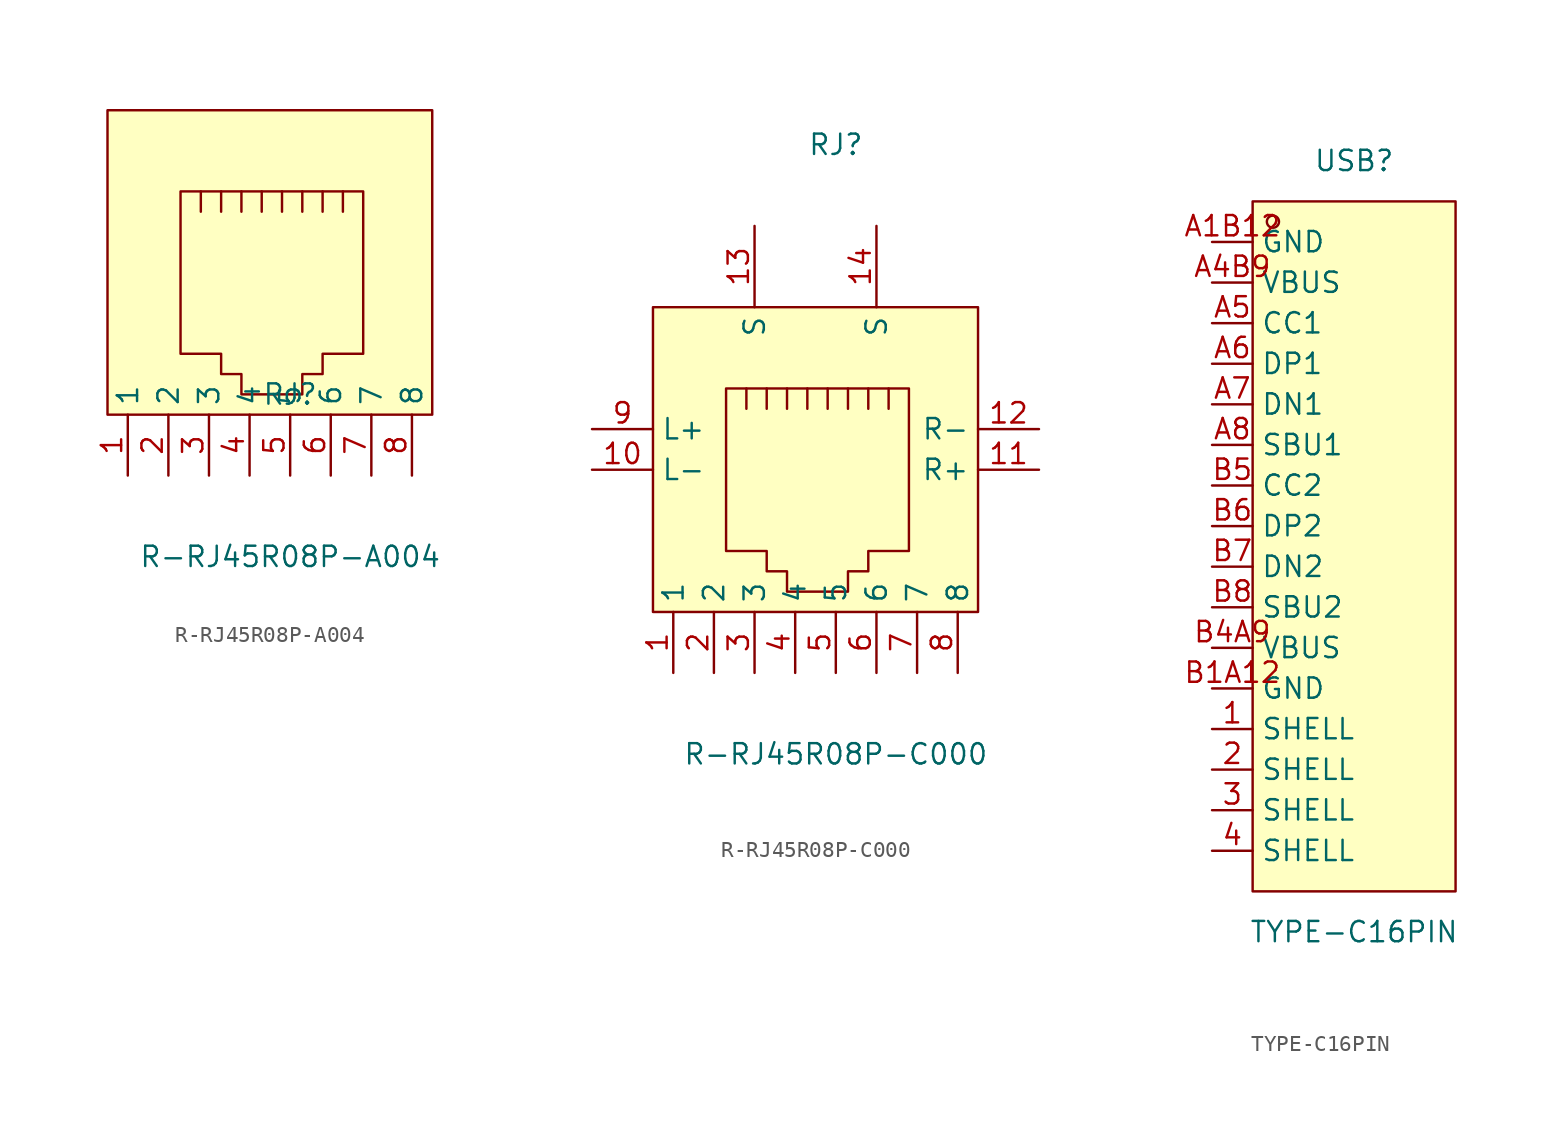
<source format=kicad_sym>
(kicad_symbol_lib
  (version 20231120)
  (generator "kicad_symbol_editor")
  (generator_version "8.0")
  (symbol "R-RJ45R08P-A004"
    (property "Reference" "RJ"
      (at 0 -7.62 0)
      (effects (font (size 1.27 1.27))))
    (property "Value" "R-RJ45R08P-A004"
      (at 0 -17.78 0)
      (effects (font (size 1.27 1.27))))
    (symbol "R-RJ45R08P-A004_0_1"
      (rectangle (start -11.43 10.16) (end 8.89 -8.89) (stroke (width 0) (type default)) (fill (type background)))
      (polyline (pts (xy -5.59 3.81) (xy -5.59 5.08) (xy -5.59 5.08)) (stroke (width 0) (type default)) (fill (type none)))
      (polyline (pts (xy -4.32 5.08) (xy -4.32 3.81) (xy -4.32 3.81)) (stroke (width 0) (type default)) (fill (type none)))
      (polyline (pts (xy -3.05 5.08) (xy -3.05 3.81) (xy -3.05 3.81)) (stroke (width 0) (type default)) (fill (type none)))
      (polyline (pts (xy -1.78 5.08) (xy -1.78 3.81) (xy -1.78 3.81)) (stroke (width 0) (type default)) (fill (type none)))
      (polyline (pts (xy -0.51 5.08) (xy -0.51 3.81) (xy -0.51 3.81)) (stroke (width 0) (type default)) (fill (type none)))
      (polyline (pts (xy 0.76 5.08) (xy 0.76 3.81) (xy 0.76 3.81)) (stroke (width 0) (type default)) (fill (type none)))
      (polyline (pts (xy 2.03 3.81) (xy 2.03 5.08) (xy 2.03 5.08)) (stroke (width 0) (type default)) (fill (type none)))
      (polyline (pts (xy 3.3 3.81) (xy 3.3 5.08) (xy 3.3 5.08)) (stroke (width 0) (type default)) (fill (type none)))
      (polyline (pts (xy -6.86 5.08) (xy 4.57 5.08) (xy 4.57 -5.08) (xy 2.03 -5.08) (xy 2.03 -6.35) (xy 0.76 -6.35) (xy 0.76 -7.62) (xy -3.05 -7.62) (xy -3.05 -6.35) (xy -4.32 -6.35) (xy -4.32 -5.08) (xy -6.86 -5.08) (xy -6.86 5.08) (xy -6.86 5.08)) (stroke (width 0) (type default)) (fill (type background)))
      (pin unspecified line (at -10.16 -12.7 90) (length 3.81) (name "1" (effects (font (size 1.27 1.27)))) (number "1" (effects (font (size 1.27 1.27)))))
      (pin unspecified line (at -7.62 -12.7 90) (length 3.81) (name "2" (effects (font (size 1.27 1.27)))) (number "2" (effects (font (size 1.27 1.27)))))
      (pin unspecified line (at -5.08 -12.7 90) (length 3.81) (name "3" (effects (font (size 1.27 1.27)))) (number "3" (effects (font (size 1.27 1.27)))))
      (pin unspecified line (at -2.54 -12.7 90) (length 3.81) (name "4" (effects (font (size 1.27 1.27)))) (number "4" (effects (font (size 1.27 1.27)))))
      (pin unspecified line (at 0 -12.7 90) (length 3.81) (name "5" (effects (font (size 1.27 1.27)))) (number "5" (effects (font (size 1.27 1.27)))))
      (pin unspecified line (at 2.54 -12.7 90) (length 3.81) (name "6" (effects (font (size 1.27 1.27)))) (number "6" (effects (font (size 1.27 1.27)))))
      (pin unspecified line (at 5.08 -12.7 90) (length 3.81) (name "7" (effects (font (size 1.27 1.27)))) (number "7" (effects (font (size 1.27 1.27)))))
      (pin unspecified line (at 7.62 -12.7 90) (length 3.81) (name "8" (effects (font (size 1.27 1.27)))) (number "8" (effects (font (size 1.27 1.27)))))))
  (symbol "R-RJ45R08P-C000"
    (property "Reference" "RJ"
      (at 0 20.32 0)
      (effects (font (size 1.27 1.27))))
    (property "Value" "R-RJ45R08P-C000"
      (at 0 -17.78 0)
      (effects (font (size 1.27 1.27))))
    (symbol "R-RJ45R08P-C000_0_1"
      (rectangle (start -11.43 10.16) (end 8.89 -8.89) (stroke (width 0) (type default) (color 0 0 0 0)) (fill (type background)))
      (polyline (pts (xy -5.59 3.81) (xy -5.59 5.08) (xy -5.59 5.08)) (stroke (width 0) (type default) (color 0 0 0 0)) (fill (type none)))
      (polyline (pts (xy -4.32 5.08) (xy -4.32 3.81) (xy -4.32 3.81)) (stroke (width 0) (type default) (color 0 0 0 0)) (fill (type none)))
      (polyline (pts (xy -3.05 5.08) (xy -3.05 3.81) (xy -3.05 3.81)) (stroke (width 0) (type default) (color 0 0 0 0)) (fill (type none)))
      (polyline (pts (xy -1.78 5.08) (xy -1.78 3.81) (xy -1.78 3.81)) (stroke (width 0) (type default) (color 0 0 0 0)) (fill (type none)))
      (polyline (pts (xy -0.51 5.08) (xy -0.51 3.81) (xy -0.51 3.81)) (stroke (width 0) (type default) (color 0 0 0 0)) (fill (type none)))
      (polyline (pts (xy 0.76 5.08) (xy 0.76 3.81) (xy 0.76 3.81)) (stroke (width 0) (type default) (color 0 0 0 0)) (fill (type none)))
      (polyline (pts (xy 2.03 3.81) (xy 2.03 5.08) (xy 2.03 5.08)) (stroke (width 0) (type default) (color 0 0 0 0)) (fill (type none)))
      (polyline (pts (xy 3.30 3.81) (xy 3.30 5.08) (xy 3.30 5.08)) (stroke (width 0) (type default) (color 0 0 0 0)) (fill (type none)))
      (polyline (pts (xy -6.86 5.08) (xy 4.57 5.08) (xy 4.57 -5.08) (xy 2.03 -5.08) (xy 2.03 -6.35) (xy 0.76 -6.35) (xy 0.76 -7.62) (xy -3.05 -7.62) (xy -3.05 -6.35) (xy -4.32 -6.35) (xy -4.32 -5.08) (xy -6.86 -5.08) (xy -6.86 5.08) (xy -6.86 5.08)) (stroke (width 0) (type default) (color 0 0 0 0)) (fill (type background)))
      (pin unspecified line (at -10.16 -12.70 90) (length 3.81) (name "1" (effects (font (size 1.27 1.27)))) (number "1" (effects (font (size 1.27 1.27)))))
      (pin unspecified line (at -7.62 -12.70 90) (length 3.81) (name "2" (effects (font (size 1.27 1.27)))) (number "2" (effects (font (size 1.27 1.27)))))
      (pin unspecified line (at -5.08 -12.70 90) (length 3.81) (name "3" (effects (font (size 1.27 1.27)))) (number "3" (effects (font (size 1.27 1.27)))))
      (pin unspecified line (at -2.54 -12.70 90) (length 3.81) (name "4" (effects (font (size 1.27 1.27)))) (number "4" (effects (font (size 1.27 1.27)))))
      (pin unspecified line (at 0.00 -12.70 90) (length 3.81) (name "5" (effects (font (size 1.27 1.27)))) (number "5" (effects (font (size 1.27 1.27)))))
      (pin unspecified line (at 2.54 -12.70 90) (length 3.81) (name "6" (effects (font (size 1.27 1.27)))) (number "6" (effects (font (size 1.27 1.27)))))
      (pin unspecified line (at 5.08 -12.70 90) (length 3.81) (name "7" (effects (font (size 1.27 1.27)))) (number "7" (effects (font (size 1.27 1.27)))))
      (pin unspecified line (at 7.62 -12.70 90) (length 3.81) (name "8" (effects (font (size 1.27 1.27)))) (number "8" (effects (font (size 1.27 1.27)))))
      (pin unspecified line (at -15.24 2.54 0) (length 3.81) (name "L+" (effects (font (size 1.27 1.27)))) (number "9" (effects (font (size 1.27 1.27)))))
      (pin unspecified line (at -15.24 -0.00 0) (length 3.81) (name "L-" (effects (font (size 1.27 1.27)))) (number "10" (effects (font (size 1.27 1.27)))))
      (pin unspecified line (at 12.70 -0.00 180) (length 3.81) (name "R+" (effects (font (size 1.27 1.27)))) (number "11" (effects (font (size 1.27 1.27)))))
      (pin unspecified line (at 12.70 2.54 180) (length 3.81) (name "R-" (effects (font (size 1.27 1.27)))) (number "12" (effects (font (size 1.27 1.27)))))
      (pin unspecified line (at -5.08 15.24 270) (length 5.08) (name "S" (effects (font (size 1.27 1.27)))) (number "13" (effects (font (size 1.27 1.27)))))
      (pin unspecified line (at 2.54 15.24 270) (length 5.08) (name "S" (effects (font (size 1.27 1.27)))) (number "14" (effects (font (size 1.27 1.27)))))))
  (symbol "TYPE-C16PIN"
    (property "Reference" "USB"
      (at 0 24.13 0)
      (effects (font (size 1.27 1.27))))
    (property "Value" "TYPE-C16PIN"
      (at 0 -24.13 0)
      (effects (font (size 1.27 1.27))))
    (symbol "TYPE-C16PIN_0_1"
      (rectangle (start -6.35 21.59) (end 6.35 -21.59) (stroke (width 0) (type default)) (fill (type background)))
      (circle (center -5.08 20.32) (radius 0.38) (stroke (width 0) (type default)) (fill (type none)))
      (pin unspecified line (at -8.89 -11.43 0) (length 2.54) (name "SHELL" (effects (font (size 1.27 1.27)))) (number "1" (effects (font (size 1.27 1.27)))))
      (pin unspecified line (at -8.89 -13.97 0) (length 2.54) (name "SHELL" (effects (font (size 1.27 1.27)))) (number "2" (effects (font (size 1.27 1.27)))))
      (pin unspecified line (at -8.89 -16.51 0) (length 2.54) (name "SHELL" (effects (font (size 1.27 1.27)))) (number "3" (effects (font (size 1.27 1.27)))))
      (pin unspecified line (at -8.89 -19.05 0) (length 2.54) (name "SHELL" (effects (font (size 1.27 1.27)))) (number "4" (effects (font (size 1.27 1.27)))))
      (pin unspecified line (at -8.89 19.05 0) (length 2.54) (name "GND" (effects (font (size 1.27 1.27)))) (number "A1B12" (effects (font (size 1.27 1.27)))))
      (pin unspecified line (at -8.89 16.51 0) (length 2.54) (name "VBUS" (effects (font (size 1.27 1.27)))) (number "A4B9" (effects (font (size 1.27 1.27)))))
      (pin unspecified line (at -8.89 13.97 0) (length 2.54) (name "CC1" (effects (font (size 1.27 1.27)))) (number "A5" (effects (font (size 1.27 1.27)))))
      (pin unspecified line (at -8.89 11.43 0) (length 2.54) (name "DP1" (effects (font (size 1.27 1.27)))) (number "A6" (effects (font (size 1.27 1.27)))))
      (pin unspecified line (at -8.89 8.89 0) (length 2.54) (name "DN1" (effects (font (size 1.27 1.27)))) (number "A7" (effects (font (size 1.27 1.27)))))
      (pin unspecified line (at -8.89 6.35 0) (length 2.54) (name "SBU1" (effects (font (size 1.27 1.27)))) (number "A8" (effects (font (size 1.27 1.27)))))
      (pin unspecified line (at -8.89 -8.89 0) (length 2.54) (name "GND" (effects (font (size 1.27 1.27)))) (number "B1A12" (effects (font (size 1.27 1.27)))))
      (pin unspecified line (at -8.89 -6.35 0) (length 2.54) (name "VBUS" (effects (font (size 1.27 1.27)))) (number "B4A9" (effects (font (size 1.27 1.27)))))
      (pin unspecified line (at -8.89 3.81 0) (length 2.54) (name "CC2" (effects (font (size 1.27 1.27)))) (number "B5" (effects (font (size 1.27 1.27)))))
      (pin unspecified line (at -8.89 1.27 0) (length 2.54) (name "DP2" (effects (font (size 1.27 1.27)))) (number "B6" (effects (font (size 1.27 1.27)))))
      (pin unspecified line (at -8.89 -1.27 0) (length 2.54) (name "DN2" (effects (font (size 1.27 1.27)))) (number "B7" (effects (font (size 1.27 1.27)))))
      (pin unspecified line (at -8.89 -3.81 0) (length 2.54) (name "SBU2" (effects (font (size 1.27 1.27)))) (number "B8" (effects (font (size 1.27 1.27))))))))
</source>
